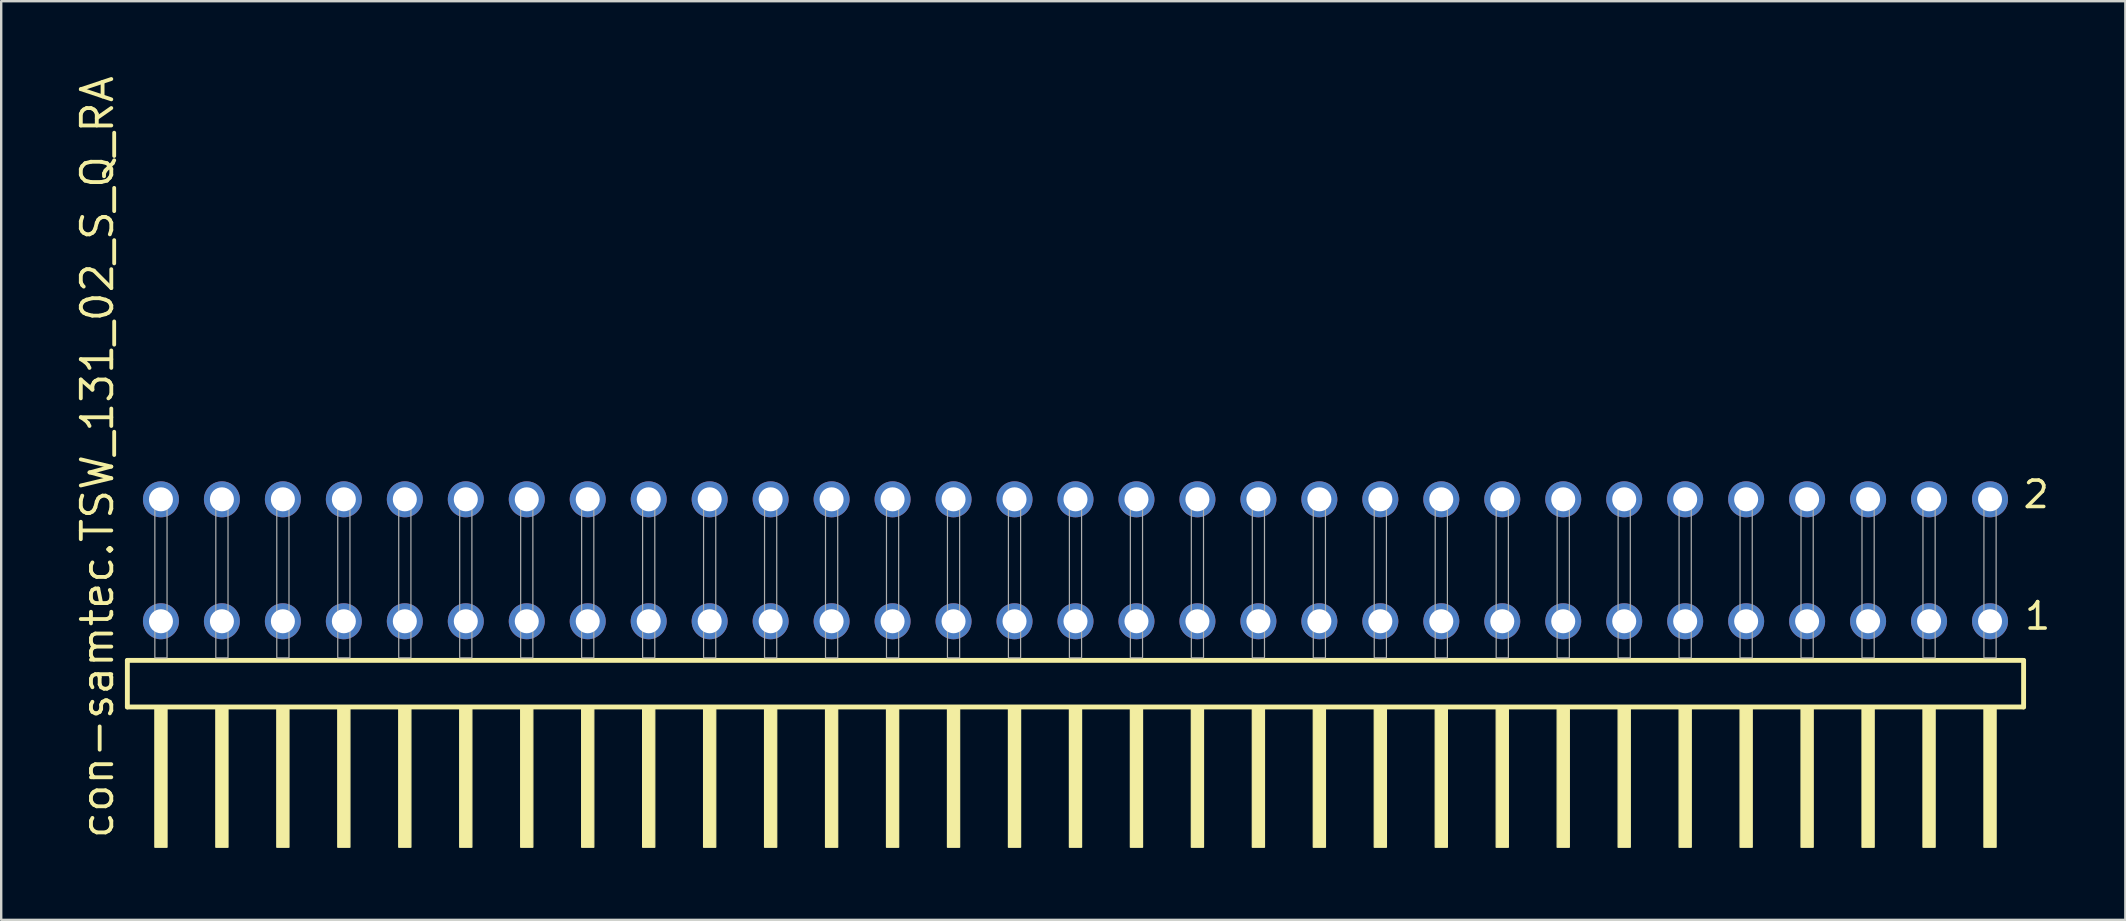
<source format=kicad_pcb>
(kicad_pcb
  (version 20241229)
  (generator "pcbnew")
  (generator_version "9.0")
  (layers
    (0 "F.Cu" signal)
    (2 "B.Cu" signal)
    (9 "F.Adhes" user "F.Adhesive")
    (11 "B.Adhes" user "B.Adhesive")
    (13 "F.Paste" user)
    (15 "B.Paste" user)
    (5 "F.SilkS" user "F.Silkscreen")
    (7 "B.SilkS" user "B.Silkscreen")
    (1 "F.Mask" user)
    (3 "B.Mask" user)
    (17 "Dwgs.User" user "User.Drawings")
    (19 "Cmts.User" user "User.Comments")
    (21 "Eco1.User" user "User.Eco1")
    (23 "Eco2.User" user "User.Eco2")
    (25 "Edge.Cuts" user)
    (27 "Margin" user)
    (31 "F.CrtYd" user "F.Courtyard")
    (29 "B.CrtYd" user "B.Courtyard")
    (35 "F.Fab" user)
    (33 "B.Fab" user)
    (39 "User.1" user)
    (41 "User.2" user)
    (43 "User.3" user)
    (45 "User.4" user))
  (footprint "con-samtec.TSW_131_02_S_Q_RA"
    (layer "F.Cu")
    (at 41.755 24.356)
    (property "Reference" "con-samtec.TSW_131_02_S_Q_RA" (at -40.005 7.62 90) (layer "F.SilkS") (effects (font (size 1.27 1.27) (thickness 0.16)) (justify left bottom)))
    (attr through_hole)
    (fp_line (start -39.499 0.106) (end -39.499 2.046) (stroke (width 0.203) (type default)) (layer "F.SilkS"))
    (fp_line (start -39.499 2.046) (end 39.499 2.046) (stroke (width 0.203) (type default)) (layer "F.SilkS"))
    (fp_line (start 39.499 0.106) (end -39.499 0.106) (stroke (width 0.203) (type default)) (layer "F.SilkS"))
    (fp_line (start 39.499 2.046) (end 39.499 0.106) (stroke (width 0.203) (type default)) (layer "F.SilkS"))
    (fp_rect (start -38.354 7.89) (end -37.846 2.04) (stroke (width 0.05) (type default)) (fill yes) (layer "F.SilkS"))
    (fp_rect (start -35.814 7.89) (end -35.306 2.04) (stroke (width 0.05) (type default)) (fill yes) (layer "F.SilkS"))
    (fp_rect (start -33.274 7.89) (end -32.766 2.04) (stroke (width 0.05) (type default)) (fill yes) (layer "F.SilkS"))
    (fp_rect (start -30.734 7.89) (end -30.226 2.04) (stroke (width 0.05) (type default)) (fill yes) (layer "F.SilkS"))
    (fp_rect (start -28.194 7.89) (end -27.686 2.04) (stroke (width 0.05) (type default)) (fill yes) (layer "F.SilkS"))
    (fp_rect (start -25.654 7.89) (end -25.146 2.04) (stroke (width 0.05) (type default)) (fill yes) (layer "F.SilkS"))
    (fp_rect (start -23.114 7.89) (end -22.606 2.04) (stroke (width 0.05) (type default)) (fill yes) (layer "F.SilkS"))
    (fp_rect (start -20.574 7.89) (end -20.066 2.04) (stroke (width 0.05) (type default)) (fill yes) (layer "F.SilkS"))
    (fp_rect (start -18.034 7.89) (end -17.526 2.04) (stroke (width 0.05) (type default)) (fill yes) (layer "F.SilkS"))
    (fp_rect (start -15.494 7.89) (end -14.986 2.04) (stroke (width 0.05) (type default)) (fill yes) (layer "F.SilkS"))
    (fp_rect (start -12.954 7.89) (end -12.446 2.04) (stroke (width 0.05) (type default)) (fill yes) (layer "F.SilkS"))
    (fp_rect (start -10.414 7.89) (end -9.906 2.04) (stroke (width 0.05) (type default)) (fill yes) (layer "F.SilkS"))
    (fp_rect (start -7.874 7.89) (end -7.366 2.04) (stroke (width 0.05) (type default)) (fill yes) (layer "F.SilkS"))
    (fp_rect (start -5.334 7.89) (end -4.826 2.04) (stroke (width 0.05) (type default)) (fill yes) (layer "F.SilkS"))
    (fp_rect (start -2.794 7.89) (end -2.286 2.04) (stroke (width 0.05) (type default)) (fill yes) (layer "F.SilkS"))
    (fp_rect (start -0.254 7.89) (end 0.254 2.04) (stroke (width 0.05) (type default)) (fill yes) (layer "F.SilkS"))
    (fp_rect (start 2.286 7.89) (end 2.794 2.04) (stroke (width 0.05) (type default)) (fill yes) (layer "F.SilkS"))
    (fp_rect (start 4.826 7.89) (end 5.334 2.04) (stroke (width 0.05) (type default)) (fill yes) (layer "F.SilkS"))
    (fp_rect (start 7.366 7.89) (end 7.874 2.04) (stroke (width 0.05) (type default)) (fill yes) (layer "F.SilkS"))
    (fp_rect (start 9.906 7.89) (end 10.414 2.04) (stroke (width 0.05) (type default)) (fill yes) (layer "F.SilkS"))
    (fp_rect (start 12.446 7.89) (end 12.954 2.04) (stroke (width 0.05) (type default)) (fill yes) (layer "F.SilkS"))
    (fp_rect (start 14.986 7.89) (end 15.494 2.04) (stroke (width 0.05) (type default)) (fill yes) (layer "F.SilkS"))
    (fp_rect (start 17.526 7.89) (end 18.034 2.04) (stroke (width 0.05) (type default)) (fill yes) (layer "F.SilkS"))
    (fp_rect (start 20.066 7.89) (end 20.574 2.04) (stroke (width 0.05) (type default)) (fill yes) (layer "F.SilkS"))
    (fp_rect (start 22.606 7.89) (end 23.114 2.04) (stroke (width 0.05) (type default)) (fill yes) (layer "F.SilkS"))
    (fp_rect (start 25.146 7.89) (end 25.654 2.04) (stroke (width 0.05) (type default)) (fill yes) (layer "F.SilkS"))
    (fp_rect (start 27.686 7.89) (end 28.194 2.04) (stroke (width 0.05) (type default)) (fill yes) (layer "F.SilkS"))
    (fp_rect (start 30.226 7.89) (end 30.734 2.04) (stroke (width 0.05) (type default)) (fill yes) (layer "F.SilkS"))
    (fp_rect (start 32.766 7.89) (end 33.274 2.04) (stroke (width 0.05) (type default)) (fill yes) (layer "F.SilkS"))
    (fp_rect (start 35.306 7.89) (end 35.814 2.04) (stroke (width 0.05) (type default)) (fill yes) (layer "F.SilkS"))
    (fp_rect (start 37.846 7.89) (end 38.354 2.04) (stroke (width 0.05) (type default)) (fill yes) (layer "F.SilkS"))
    (fp_rect (start -38.354 0) (end -37.846 -6.858) (stroke (width 0.05) (type default)) (fill no) (layer "F.Fab"))
    (fp_rect (start -35.814 0) (end -35.306 -6.858) (stroke (width 0.05) (type default)) (fill no) (layer "F.Fab"))
    (fp_rect (start -33.274 0) (end -32.766 -6.858) (stroke (width 0.05) (type default)) (fill no) (layer "F.Fab"))
    (fp_rect (start -30.734 0) (end -30.226 -6.858) (stroke (width 0.05) (type default)) (fill no) (layer "F.Fab"))
    (fp_rect (start -28.194 0) (end -27.686 -6.858) (stroke (width 0.05) (type default)) (fill no) (layer "F.Fab"))
    (fp_rect (start -25.654 0) (end -25.146 -6.858) (stroke (width 0.05) (type default)) (fill no) (layer "F.Fab"))
    (fp_rect (start -23.114 0) (end -22.606 -6.858) (stroke (width 0.05) (type default)) (fill no) (layer "F.Fab"))
    (fp_rect (start -20.574 0) (end -20.066 -6.858) (stroke (width 0.05) (type default)) (fill no) (layer "F.Fab"))
    (fp_rect (start -18.034 0) (end -17.526 -6.858) (stroke (width 0.05) (type default)) (fill no) (layer "F.Fab"))
    (fp_rect (start -15.494 0) (end -14.986 -6.858) (stroke (width 0.05) (type default)) (fill no) (layer "F.Fab"))
    (fp_rect (start -12.954 0) (end -12.446 -6.858) (stroke (width 0.05) (type default)) (fill no) (layer "F.Fab"))
    (fp_rect (start -10.414 0) (end -9.906 -6.858) (stroke (width 0.05) (type default)) (fill no) (layer "F.Fab"))
    (fp_rect (start -7.874 0) (end -7.366 -6.858) (stroke (width 0.05) (type default)) (fill no) (layer "F.Fab"))
    (fp_rect (start -5.334 0) (end -4.826 -6.858) (stroke (width 0.05) (type default)) (fill no) (layer "F.Fab"))
    (fp_rect (start -2.794 0) (end -2.286 -6.858) (stroke (width 0.05) (type default)) (fill no) (layer "F.Fab"))
    (fp_rect (start -0.254 0) (end 0.254 -6.858) (stroke (width 0.05) (type default)) (fill no) (layer "F.Fab"))
    (fp_rect (start 2.286 0) (end 2.794 -6.858) (stroke (width 0.05) (type default)) (fill no) (layer "F.Fab"))
    (fp_rect (start 4.826 0) (end 5.334 -6.858) (stroke (width 0.05) (type default)) (fill no) (layer "F.Fab"))
    (fp_rect (start 7.366 0) (end 7.874 -6.858) (stroke (width 0.05) (type default)) (fill no) (layer "F.Fab"))
    (fp_rect (start 9.906 0) (end 10.414 -6.858) (stroke (width 0.05) (type default)) (fill no) (layer "F.Fab"))
    (fp_rect (start 12.446 0) (end 12.954 -6.858) (stroke (width 0.05) (type default)) (fill no) (layer "F.Fab"))
    (fp_rect (start 14.986 0) (end 15.494 -6.858) (stroke (width 0.05) (type default)) (fill no) (layer "F.Fab"))
    (fp_rect (start 17.526 0) (end 18.034 -6.858) (stroke (width 0.05) (type default)) (fill no) (layer "F.Fab"))
    (fp_rect (start 20.066 0) (end 20.574 -6.858) (stroke (width 0.05) (type default)) (fill no) (layer "F.Fab"))
    (fp_rect (start 22.606 0) (end 23.114 -6.858) (stroke (width 0.05) (type default)) (fill no) (layer "F.Fab"))
    (fp_rect (start 25.146 0) (end 25.654 -6.858) (stroke (width 0.05) (type default)) (fill no) (layer "F.Fab"))
    (fp_rect (start 27.686 0) (end 28.194 -6.858) (stroke (width 0.05) (type default)) (fill no) (layer "F.Fab"))
    (fp_rect (start 30.226 0) (end 30.734 -6.858) (stroke (width 0.05) (type default)) (fill no) (layer "F.Fab"))
    (fp_rect (start 32.766 0) (end 33.274 -6.858) (stroke (width 0.05) (type default)) (fill no) (layer "F.Fab"))
    (fp_rect (start 35.306 0) (end 35.814 -6.858) (stroke (width 0.05) (type default)) (fill no) (layer "F.Fab"))
    (fp_rect (start 37.846 0) (end 38.354 -6.858) (stroke (width 0.05) (type default)) (fill no) (layer "F.Fab"))
    (fp_text user "1" (at 39.46 -1.1 0) (layer "F.SilkS") (effects (font (size 1.1 1.1) (thickness 0.15)) (justify left bottom)))
    (fp_text user "2" (at 39.4 -6.165 0) (layer "F.SilkS") (effects (font (size 1.1 1.1) (thickness 0.15)) (justify left bottom)))
    (pad "1" thru_hole circle (at 38.1 -1.524 180) (size 1.5 1.5) (drill 1) (layers "*.Cu" "*.Mask"))
    (pad "2" thru_hole circle (at 38.1 -6.604 180) (size 1.5 1.5) (drill 1) (layers "*.Cu" "*.Mask"))
    (pad "3" thru_hole circle (at 35.56 -1.524 180) (size 1.5 1.5) (drill 1) (layers "*.Cu" "*.Mask"))
    (pad "4" thru_hole circle (at 35.56 -6.604 180) (size 1.5 1.5) (drill 1) (layers "*.Cu" "*.Mask"))
    (pad "5" thru_hole circle (at 33.02 -1.524 180) (size 1.5 1.5) (drill 1) (layers "*.Cu" "*.Mask"))
    (pad "6" thru_hole circle (at 33.02 -6.604 180) (size 1.5 1.5) (drill 1) (layers "*.Cu" "*.Mask"))
    (pad "7" thru_hole circle (at 30.48 -1.524 180) (size 1.5 1.5) (drill 1) (layers "*.Cu" "*.Mask"))
    (pad "8" thru_hole circle (at 30.48 -6.604 180) (size 1.5 1.5) (drill 1) (layers "*.Cu" "*.Mask"))
    (pad "9" thru_hole circle (at 27.94 -1.524 180) (size 1.5 1.5) (drill 1) (layers "*.Cu" "*.Mask"))
    (pad "10" thru_hole circle (at 27.94 -6.604 180) (size 1.5 1.5) (drill 1) (layers "*.Cu" "*.Mask"))
    (pad "11" thru_hole circle (at 25.4 -1.524 180) (size 1.5 1.5) (drill 1) (layers "*.Cu" "*.Mask"))
    (pad "12" thru_hole circle (at 25.4 -6.604 180) (size 1.5 1.5) (drill 1) (layers "*.Cu" "*.Mask"))
    (pad "13" thru_hole circle (at 22.86 -1.524 180) (size 1.5 1.5) (drill 1) (layers "*.Cu" "*.Mask"))
    (pad "14" thru_hole circle (at 22.86 -6.604 180) (size 1.5 1.5) (drill 1) (layers "*.Cu" "*.Mask"))
    (pad "15" thru_hole circle (at 20.32 -1.524 180) (size 1.5 1.5) (drill 1) (layers "*.Cu" "*.Mask"))
    (pad "16" thru_hole circle (at 20.32 -6.604 180) (size 1.5 1.5) (drill 1) (layers "*.Cu" "*.Mask"))
    (pad "17" thru_hole circle (at 17.78 -1.524 180) (size 1.5 1.5) (drill 1) (layers "*.Cu" "*.Mask"))
    (pad "18" thru_hole circle (at 17.78 -6.604 180) (size 1.5 1.5) (drill 1) (layers "*.Cu" "*.Mask"))
    (pad "19" thru_hole circle (at 15.24 -1.524 180) (size 1.5 1.5) (drill 1) (layers "*.Cu" "*.Mask"))
    (pad "20" thru_hole circle (at 15.24 -6.604 180) (size 1.5 1.5) (drill 1) (layers "*.Cu" "*.Mask"))
    (pad "21" thru_hole circle (at 12.7 -1.524 180) (size 1.5 1.5) (drill 1) (layers "*.Cu" "*.Mask"))
    (pad "22" thru_hole circle (at 12.7 -6.604 180) (size 1.5 1.5) (drill 1) (layers "*.Cu" "*.Mask"))
    (pad "23" thru_hole circle (at 10.16 -1.524 180) (size 1.5 1.5) (drill 1) (layers "*.Cu" "*.Mask"))
    (pad "24" thru_hole circle (at 10.16 -6.604 180) (size 1.5 1.5) (drill 1) (layers "*.Cu" "*.Mask"))
    (pad "25" thru_hole circle (at 7.62 -1.524 180) (size 1.5 1.5) (drill 1) (layers "*.Cu" "*.Mask"))
    (pad "26" thru_hole circle (at 7.62 -6.604 180) (size 1.5 1.5) (drill 1) (layers "*.Cu" "*.Mask"))
    (pad "27" thru_hole circle (at 5.08 -1.524 180) (size 1.5 1.5) (drill 1) (layers "*.Cu" "*.Mask"))
    (pad "28" thru_hole circle (at 5.08 -6.604 180) (size 1.5 1.5) (drill 1) (layers "*.Cu" "*.Mask"))
    (pad "29" thru_hole circle (at 2.54 -1.524 180) (size 1.5 1.5) (drill 1) (layers "*.Cu" "*.Mask"))
    (pad "30" thru_hole circle (at 2.54 -6.604 180) (size 1.5 1.5) (drill 1) (layers "*.Cu" "*.Mask"))
    (pad "31" thru_hole circle (at 0 -1.524 180) (size 1.5 1.5) (drill 1) (layers "*.Cu" "*.Mask"))
    (pad "32" thru_hole circle (at 0 -6.604 180) (size 1.5 1.5) (drill 1) (layers "*.Cu" "*.Mask"))
    (pad "33" thru_hole circle (at -2.54 -1.524 180) (size 1.5 1.5) (drill 1) (layers "*.Cu" "*.Mask"))
    (pad "34" thru_hole circle (at -2.54 -6.604 180) (size 1.5 1.5) (drill 1) (layers "*.Cu" "*.Mask"))
    (pad "35" thru_hole circle (at -5.08 -1.524 180) (size 1.5 1.5) (drill 1) (layers "*.Cu" "*.Mask"))
    (pad "36" thru_hole circle (at -5.08 -6.604 180) (size 1.5 1.5) (drill 1) (layers "*.Cu" "*.Mask"))
    (pad "37" thru_hole circle (at -7.62 -1.524 180) (size 1.5 1.5) (drill 1) (layers "*.Cu" "*.Mask"))
    (pad "38" thru_hole circle (at -7.62 -6.604 180) (size 1.5 1.5) (drill 1) (layers "*.Cu" "*.Mask"))
    (pad "39" thru_hole circle (at -10.16 -1.524 180) (size 1.5 1.5) (drill 1) (layers "*.Cu" "*.Mask"))
    (pad "40" thru_hole circle (at -10.16 -6.604 180) (size 1.5 1.5) (drill 1) (layers "*.Cu" "*.Mask"))
    (pad "41" thru_hole circle (at -12.7 -1.524 180) (size 1.5 1.5) (drill 1) (layers "*.Cu" "*.Mask"))
    (pad "42" thru_hole circle (at -12.7 -6.604 180) (size 1.5 1.5) (drill 1) (layers "*.Cu" "*.Mask"))
    (pad "43" thru_hole circle (at -15.24 -1.524 180) (size 1.5 1.5) (drill 1) (layers "*.Cu" "*.Mask"))
    (pad "44" thru_hole circle (at -15.24 -6.604 180) (size 1.5 1.5) (drill 1) (layers "*.Cu" "*.Mask"))
    (pad "45" thru_hole circle (at -17.78 -1.524 180) (size 1.5 1.5) (drill 1) (layers "*.Cu" "*.Mask"))
    (pad "46" thru_hole circle (at -17.78 -6.604 180) (size 1.5 1.5) (drill 1) (layers "*.Cu" "*.Mask"))
    (pad "47" thru_hole circle (at -20.32 -1.524 180) (size 1.5 1.5) (drill 1) (layers "*.Cu" "*.Mask"))
    (pad "48" thru_hole circle (at -20.32 -6.604 180) (size 1.5 1.5) (drill 1) (layers "*.Cu" "*.Mask"))
    (pad "49" thru_hole circle (at -22.86 -1.524 180) (size 1.5 1.5) (drill 1) (layers "*.Cu" "*.Mask"))
    (pad "50" thru_hole circle (at -22.86 -6.604 180) (size 1.5 1.5) (drill 1) (layers "*.Cu" "*.Mask"))
    (pad "51" thru_hole circle (at -25.4 -1.524 180) (size 1.5 1.5) (drill 1) (layers "*.Cu" "*.Mask"))
    (pad "52" thru_hole circle (at -25.4 -6.604 180) (size 1.5 1.5) (drill 1) (layers "*.Cu" "*.Mask"))
    (pad "53" thru_hole circle (at -27.94 -1.524 180) (size 1.5 1.5) (drill 1) (layers "*.Cu" "*.Mask"))
    (pad "54" thru_hole circle (at -27.94 -6.604 180) (size 1.5 1.5) (drill 1) (layers "*.Cu" "*.Mask"))
    (pad "55" thru_hole circle (at -30.48 -1.524 180) (size 1.5 1.5) (drill 1) (layers "*.Cu" "*.Mask"))
    (pad "56" thru_hole circle (at -30.48 -6.604 180) (size 1.5 1.5) (drill 1) (layers "*.Cu" "*.Mask"))
    (pad "57" thru_hole circle (at -33.02 -1.524 180) (size 1.5 1.5) (drill 1) (layers "*.Cu" "*.Mask"))
    (pad "58" thru_hole circle (at -33.02 -6.604 180) (size 1.5 1.5) (drill 1) (layers "*.Cu" "*.Mask"))
    (pad "59" thru_hole circle (at -35.56 -1.524 180) (size 1.5 1.5) (drill 1) (layers "*.Cu" "*.Mask"))
    (pad "60" thru_hole circle (at -35.56 -6.604 180) (size 1.5 1.5) (drill 1) (layers "*.Cu" "*.Mask"))
    (pad "61" thru_hole circle (at -38.1 -1.524 180) (size 1.5 1.5) (drill 1) (layers "*.Cu" "*.Mask"))
    (pad "62" thru_hole circle (at -38.1 -6.604 180) (size 1.5 1.5) (drill 1) (layers "*.Cu" "*.Mask")))
  (gr_rect
    (start -3 -3)
    (end 85.493 35.271)
    (stroke (width 0.1) (type default))
    (fill no)
    (layer "Edge.Cuts")))
</source>
